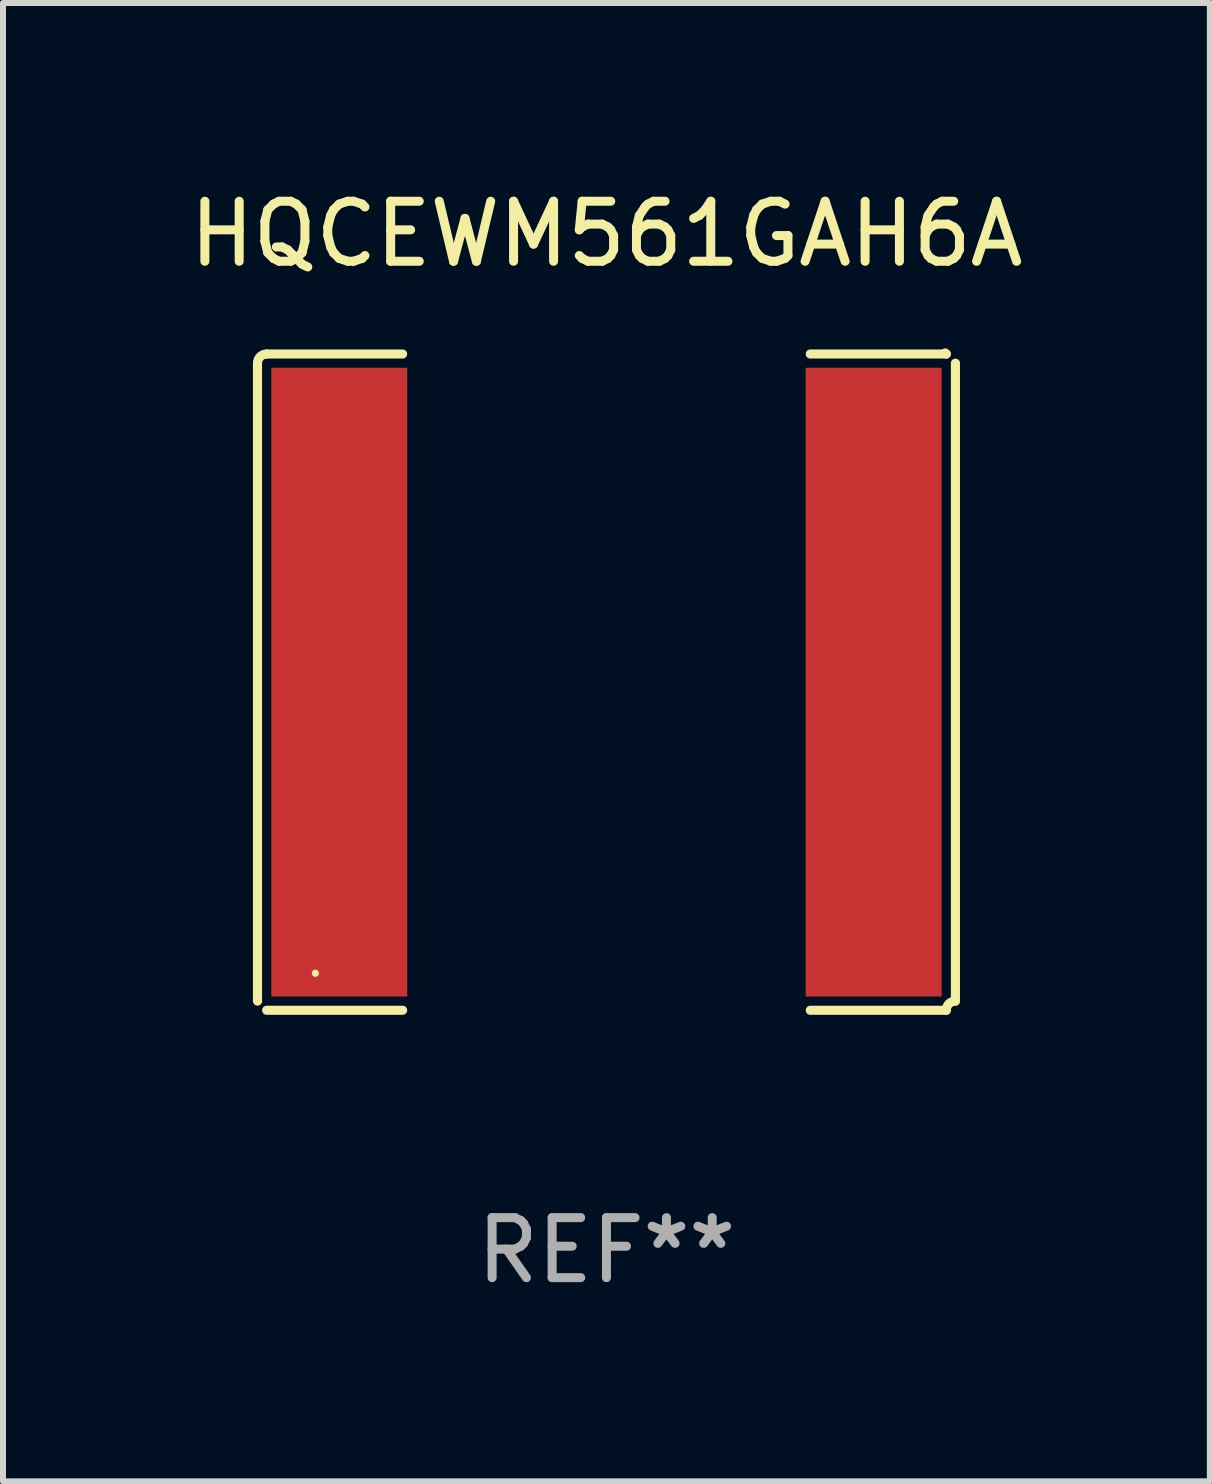
<source format=kicad_pcb>
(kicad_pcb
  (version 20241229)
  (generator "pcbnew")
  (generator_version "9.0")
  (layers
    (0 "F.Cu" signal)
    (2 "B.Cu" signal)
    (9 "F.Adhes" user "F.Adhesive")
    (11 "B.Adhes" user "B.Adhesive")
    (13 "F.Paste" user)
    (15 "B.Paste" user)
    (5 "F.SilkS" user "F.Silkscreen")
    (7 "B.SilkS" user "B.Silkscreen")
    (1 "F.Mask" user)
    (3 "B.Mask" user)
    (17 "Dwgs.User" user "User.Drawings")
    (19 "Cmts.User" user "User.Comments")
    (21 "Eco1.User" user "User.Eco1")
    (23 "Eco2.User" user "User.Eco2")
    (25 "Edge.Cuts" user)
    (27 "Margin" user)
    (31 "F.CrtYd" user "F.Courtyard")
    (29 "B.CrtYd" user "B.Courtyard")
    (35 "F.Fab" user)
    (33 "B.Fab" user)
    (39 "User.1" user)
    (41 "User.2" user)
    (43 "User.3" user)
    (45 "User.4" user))
  (footprint "HQCEWM561GAH6A"
    (layer "F.Cu")
    (at 7.054 8.315)
    (property "Reference" "HQCEWM561GAH6A" (at 0 -7.467 0) (layer "F.SilkS") (effects (font (size 1 1) (thickness 0.15))))
    (attr through_hole)
    (fp_line (start -5.814 -5.314) (end -5.814 5.314) (stroke (width 0.152) (type solid)) (layer "F.SilkS"))
    (fp_line (start -5.661 5.467) (end -3.396 5.467) (stroke (width 0.152) (type solid)) (layer "F.SilkS"))
    (fp_line (start -3.396 -5.467) (end -5.661 -5.467) (stroke (width 0.152) (type solid)) (layer "F.SilkS"))
    (fp_line (start 3.396 -5.467) (end 5.661 -5.467) (stroke (width 0.152) (type solid)) (layer "F.SilkS"))
    (fp_line (start 5.661 5.467) (end 3.396 5.467) (stroke (width 0.152) (type solid)) (layer "F.SilkS"))
    (fp_line (start 5.814 -5.314) (end 5.814 5.314) (stroke (width 0.152) (type solid)) (layer "F.SilkS"))
    (fp_arc (start -5.813599 -5.314201) (mid -5.768962 -5.421963) (end -5.661199 -5.466599) (stroke (width 0.1524) (type solid)) (layer "F.SilkS"))
    (fp_arc (start -5.813599 5.314201) (mid -5.804682 5.323116) (end -5.795765 5.332031) (stroke (width 0.1524) (type solid)) (layer "F.SilkS"))
    (fp_arc (start 5.661199 -5.466599) (mid 5.652283 -5.475515) (end 5.643366 -5.48443) (stroke (width 0.1524) (type solid)) (layer "F.SilkS"))
    (fp_arc (start 5.661199 5.466599) (mid 5.705836 5.358837) (end 5.813599 5.314201) (stroke (width 0.1524) (type solid)) (layer "F.SilkS"))
    (fp_circle (center -4.85 4.85) (end -4.82 4.85) (stroke (width 0.06) (type solid)) (fill no) (layer "F.SilkS"))
    (fp_text user "REF**" (at 0 9.467 0) (layer "F.Fab") (effects (font (size 1 1) (thickness 0.15))))
    (pad "1" smd rect (at -4.452 0) (size 2.265 10.476) (layers "F.Cu" "F.Mask" "F.Paste"))
    (pad "2" smd rect (at 4.452 0) (size 2.265 10.476) (layers "F.Cu" "F.Mask" "F.Paste")))
  (gr_rect
    (start -3 -3)
    (end 17.107 21.63)
    (stroke (width 0.1) (type default))
    (fill no)
    (layer "Edge.Cuts")))
</source>
